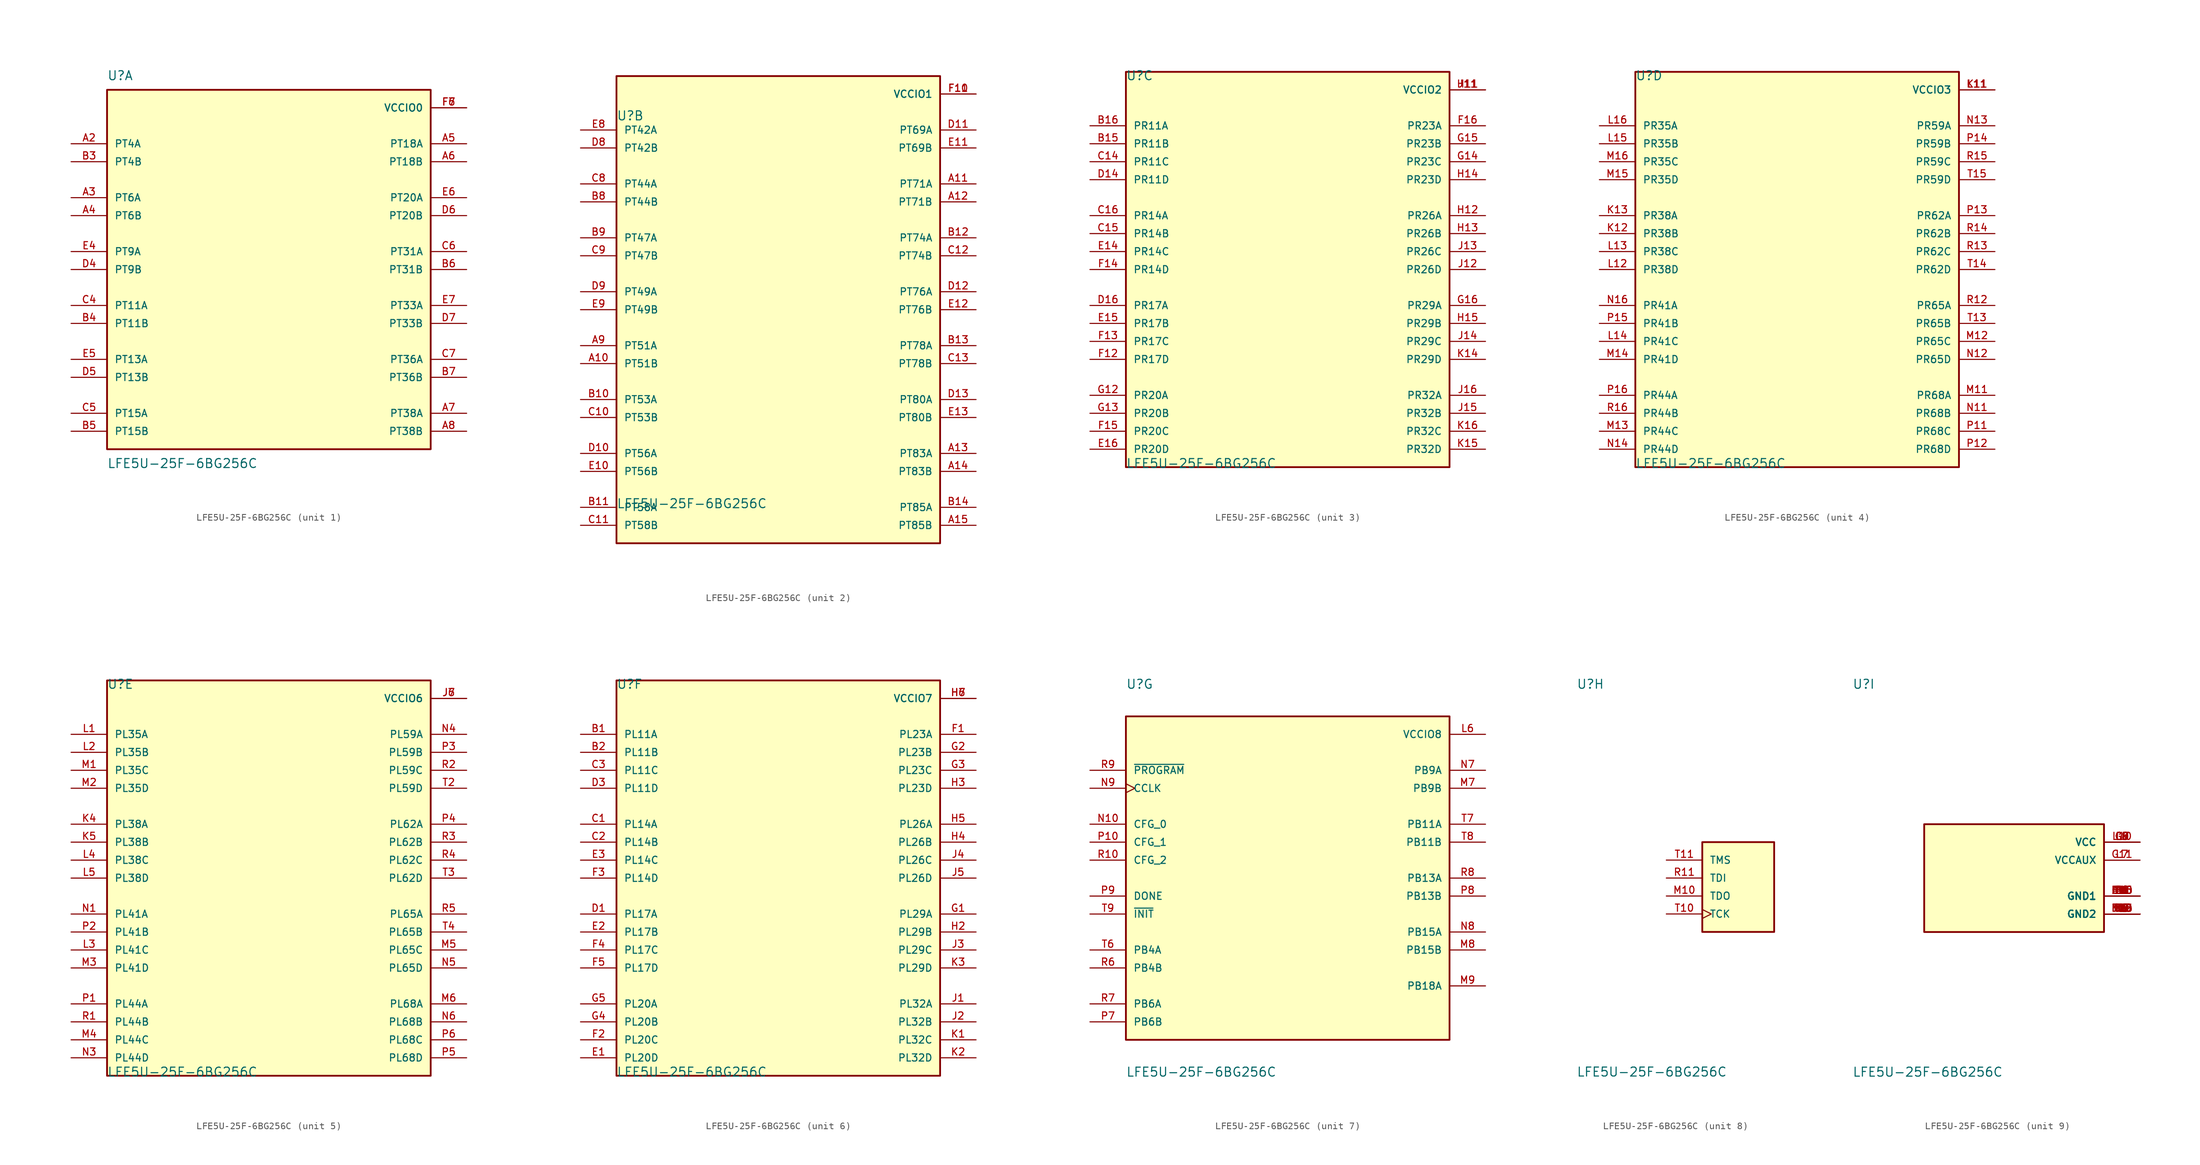
<source format=kicad_sym>
(kicad_symbol_lib
  (version 20211014)
  (generator kicad_symbol_editor)
  (symbol "LFE5U-25F-6BG256C"
    (pin_names
      (offset 1.016))
    (property "Reference" "U"
      (at -22.86 26.67 0)
      (effects (font (size 1.27 1.27)) (justify bottom left)))
    (property "Value" "LFE5U-25F-6BG256C"
      (at -22.86 -26.67 0)
      (effects (font (size 1.27 1.27)) (justify top left)))
    (symbol "LFE5U-25F-6BG256C_1_0"
      (rectangle (start -22.86 -25.4) (end 22.86 25.4) (stroke (width 0.254)) (fill (type background)))
      (pin power_in line (at 27.94 22.86 180.0) (length 5.08) (name "VCCIO0" (effects (font (size 1.016 1.016)))) (number "F6" (effects (font (size 1.016 1.016)))))
      (pin power_in line (at 27.94 22.86 180.0) (length 5.08) (name "VCCIO0" (effects (font (size 1.016 1.016)))) (number "F7" (effects (font (size 1.016 1.016)))))
      (pin bidirectional line (at -27.94 -5.08 0) (length 5.08) (name "PT11A" (effects (font (size 1.016 1.016)))) (number "C4" (effects (font (size 1.016 1.016)))))
      (pin bidirectional line (at -27.94 -7.62 0) (length 5.08) (name "PT11B" (effects (font (size 1.016 1.016)))) (number "B4" (effects (font (size 1.016 1.016)))))
      (pin bidirectional line (at -27.94 -12.7 0) (length 5.08) (name "PT13A" (effects (font (size 1.016 1.016)))) (number "E5" (effects (font (size 1.016 1.016)))))
      (pin bidirectional line (at -27.94 -15.24 0) (length 5.08) (name "PT13B" (effects (font (size 1.016 1.016)))) (number "D5" (effects (font (size 1.016 1.016)))))
      (pin bidirectional line (at -27.94 -20.32 0) (length 5.08) (name "PT15A" (effects (font (size 1.016 1.016)))) (number "C5" (effects (font (size 1.016 1.016)))))
      (pin bidirectional line (at -27.94 -22.86 0) (length 5.08) (name "PT15B" (effects (font (size 1.016 1.016)))) (number "B5" (effects (font (size 1.016 1.016)))))
      (pin bidirectional line (at 27.94 17.78 180.0) (length 5.08) (name "PT18A" (effects (font (size 1.016 1.016)))) (number "A5" (effects (font (size 1.016 1.016)))))
      (pin bidirectional line (at 27.94 15.24 180.0) (length 5.08) (name "PT18B" (effects (font (size 1.016 1.016)))) (number "A6" (effects (font (size 1.016 1.016)))))
      (pin bidirectional line (at 27.94 10.16 180.0) (length 5.08) (name "PT20A" (effects (font (size 1.016 1.016)))) (number "E6" (effects (font (size 1.016 1.016)))))
      (pin bidirectional line (at 27.94 7.62 180.0) (length 5.08) (name "PT20B" (effects (font (size 1.016 1.016)))) (number "D6" (effects (font (size 1.016 1.016)))))
      (pin bidirectional line (at 27.94 2.54 180.0) (length 5.08) (name "PT31A" (effects (font (size 1.016 1.016)))) (number "C6" (effects (font (size 1.016 1.016)))))
      (pin bidirectional line (at 27.94 0.0 180.0) (length 5.08) (name "PT31B" (effects (font (size 1.016 1.016)))) (number "B6" (effects (font (size 1.016 1.016)))))
      (pin bidirectional line (at 27.94 -5.08 180.0) (length 5.08) (name "PT33A" (effects (font (size 1.016 1.016)))) (number "E7" (effects (font (size 1.016 1.016)))))
      (pin bidirectional line (at 27.94 -7.62 180.0) (length 5.08) (name "PT33B" (effects (font (size 1.016 1.016)))) (number "D7" (effects (font (size 1.016 1.016)))))
      (pin bidirectional line (at 27.94 -12.7 180.0) (length 5.08) (name "PT36A" (effects (font (size 1.016 1.016)))) (number "C7" (effects (font (size 1.016 1.016)))))
      (pin bidirectional line (at 27.94 -15.24 180.0) (length 5.08) (name "PT36B" (effects (font (size 1.016 1.016)))) (number "B7" (effects (font (size 1.016 1.016)))))
      (pin bidirectional line (at 27.94 -20.32 180.0) (length 5.08) (name "PT38A" (effects (font (size 1.016 1.016)))) (number "A7" (effects (font (size 1.016 1.016)))))
      (pin bidirectional line (at 27.94 -22.86 180.0) (length 5.08) (name "PT38B" (effects (font (size 1.016 1.016)))) (number "A8" (effects (font (size 1.016 1.016)))))
      (pin bidirectional line (at -27.94 17.78 0) (length 5.08) (name "PT4A" (effects (font (size 1.016 1.016)))) (number "A2" (effects (font (size 1.016 1.016)))))
      (pin bidirectional line (at -27.94 15.24 0) (length 5.08) (name "PT4B" (effects (font (size 1.016 1.016)))) (number "B3" (effects (font (size 1.016 1.016)))))
      (pin bidirectional line (at -27.94 10.16 0) (length 5.08) (name "PT6A" (effects (font (size 1.016 1.016)))) (number "A3" (effects (font (size 1.016 1.016)))))
      (pin bidirectional line (at -27.94 7.62 0) (length 5.08) (name "PT6B" (effects (font (size 1.016 1.016)))) (number "A4" (effects (font (size 1.016 1.016)))))
      (pin bidirectional line (at -27.94 2.54 0) (length 5.08) (name "PT9A" (effects (font (size 1.016 1.016)))) (number "E4" (effects (font (size 1.016 1.016)))))
      (pin bidirectional line (at -27.94 0.0 0) (length 5.08) (name "PT9B" (effects (font (size 1.016 1.016)))) (number "D4" (effects (font (size 1.016 1.016))))))
    (symbol "LFE5U-25F-6BG256C_2_0"
      (rectangle (start -22.86 -33.02) (end 22.86 33.02) (stroke (width 0.254)) (fill (type background)))
      (pin power_in line (at 27.94 30.48 180.0) (length 5.08) (name "VCCIO1" (effects (font (size 1.016 1.016)))) (number "F10" (effects (font (size 1.016 1.016)))))
      (pin power_in line (at 27.94 30.48 180.0) (length 5.08) (name "VCCIO1" (effects (font (size 1.016 1.016)))) (number "F11" (effects (font (size 1.016 1.016)))))
      (pin bidirectional line (at -27.94 25.4 0) (length 5.08) (name "PT42A" (effects (font (size 1.016 1.016)))) (number "E8" (effects (font (size 1.016 1.016)))))
      (pin bidirectional line (at -27.94 22.86 0) (length 5.08) (name "PT42B" (effects (font (size 1.016 1.016)))) (number "D8" (effects (font (size 1.016 1.016)))))
      (pin bidirectional line (at -27.94 17.78 0) (length 5.08) (name "PT44A" (effects (font (size 1.016 1.016)))) (number "C8" (effects (font (size 1.016 1.016)))))
      (pin bidirectional line (at -27.94 15.24 0) (length 5.08) (name "PT44B" (effects (font (size 1.016 1.016)))) (number "B8" (effects (font (size 1.016 1.016)))))
      (pin bidirectional line (at -27.94 10.16 0) (length 5.08) (name "PT47A" (effects (font (size 1.016 1.016)))) (number "B9" (effects (font (size 1.016 1.016)))))
      (pin bidirectional line (at -27.94 7.62 0) (length 5.08) (name "PT47B" (effects (font (size 1.016 1.016)))) (number "C9" (effects (font (size 1.016 1.016)))))
      (pin bidirectional line (at -27.94 2.54 0) (length 5.08) (name "PT49A" (effects (font (size 1.016 1.016)))) (number "D9" (effects (font (size 1.016 1.016)))))
      (pin bidirectional line (at -27.94 0.0 0) (length 5.08) (name "PT49B" (effects (font (size 1.016 1.016)))) (number "E9" (effects (font (size 1.016 1.016)))))
      (pin bidirectional line (at -27.94 -5.08 0) (length 5.08) (name "PT51A" (effects (font (size 1.016 1.016)))) (number "A9" (effects (font (size 1.016 1.016)))))
      (pin bidirectional line (at -27.94 -7.62 0) (length 5.08) (name "PT51B" (effects (font (size 1.016 1.016)))) (number "A10" (effects (font (size 1.016 1.016)))))
      (pin bidirectional line (at -27.94 -12.7 0) (length 5.08) (name "PT53A" (effects (font (size 1.016 1.016)))) (number "B10" (effects (font (size 1.016 1.016)))))
      (pin bidirectional line (at -27.94 -15.24 0) (length 5.08) (name "PT53B" (effects (font (size 1.016 1.016)))) (number "C10" (effects (font (size 1.016 1.016)))))
      (pin bidirectional line (at -27.94 -20.32 0) (length 5.08) (name "PT56A" (effects (font (size 1.016 1.016)))) (number "D10" (effects (font (size 1.016 1.016)))))
      (pin bidirectional line (at -27.94 -22.86 0) (length 5.08) (name "PT56B" (effects (font (size 1.016 1.016)))) (number "E10" (effects (font (size 1.016 1.016)))))
      (pin bidirectional line (at -27.94 -27.94 0) (length 5.08) (name "PT58A" (effects (font (size 1.016 1.016)))) (number "B11" (effects (font (size 1.016 1.016)))))
      (pin bidirectional line (at -27.94 -30.48 0) (length 5.08) (name "PT58B" (effects (font (size 1.016 1.016)))) (number "C11" (effects (font (size 1.016 1.016)))))
      (pin bidirectional line (at 27.94 25.4 180.0) (length 5.08) (name "PT69A" (effects (font (size 1.016 1.016)))) (number "D11" (effects (font (size 1.016 1.016)))))
      (pin bidirectional line (at 27.94 22.86 180.0) (length 5.08) (name "PT69B" (effects (font (size 1.016 1.016)))) (number "E11" (effects (font (size 1.016 1.016)))))
      (pin bidirectional line (at 27.94 17.78 180.0) (length 5.08) (name "PT71A" (effects (font (size 1.016 1.016)))) (number "A11" (effects (font (size 1.016 1.016)))))
      (pin bidirectional line (at 27.94 15.24 180.0) (length 5.08) (name "PT71B" (effects (font (size 1.016 1.016)))) (number "A12" (effects (font (size 1.016 1.016)))))
      (pin bidirectional line (at 27.94 10.16 180.0) (length 5.08) (name "PT74A" (effects (font (size 1.016 1.016)))) (number "B12" (effects (font (size 1.016 1.016)))))
      (pin bidirectional line (at 27.94 7.62 180.0) (length 5.08) (name "PT74B" (effects (font (size 1.016 1.016)))) (number "C12" (effects (font (size 1.016 1.016)))))
      (pin bidirectional line (at 27.94 2.54 180.0) (length 5.08) (name "PT76A" (effects (font (size 1.016 1.016)))) (number "D12" (effects (font (size 1.016 1.016)))))
      (pin bidirectional line (at 27.94 0.0 180.0) (length 5.08) (name "PT76B" (effects (font (size 1.016 1.016)))) (number "E12" (effects (font (size 1.016 1.016)))))
      (pin bidirectional line (at 27.94 -5.08 180.0) (length 5.08) (name "PT78A" (effects (font (size 1.016 1.016)))) (number "B13" (effects (font (size 1.016 1.016)))))
      (pin bidirectional line (at 27.94 -7.62 180.0) (length 5.08) (name "PT78B" (effects (font (size 1.016 1.016)))) (number "C13" (effects (font (size 1.016 1.016)))))
      (pin bidirectional line (at 27.94 -12.7 180.0) (length 5.08) (name "PT80A" (effects (font (size 1.016 1.016)))) (number "D13" (effects (font (size 1.016 1.016)))))
      (pin bidirectional line (at 27.94 -15.24 180.0) (length 5.08) (name "PT80B" (effects (font (size 1.016 1.016)))) (number "E13" (effects (font (size 1.016 1.016)))))
      (pin bidirectional line (at 27.94 -20.32 180.0) (length 5.08) (name "PT83A" (effects (font (size 1.016 1.016)))) (number "A13" (effects (font (size 1.016 1.016)))))
      (pin bidirectional line (at 27.94 -22.86 180.0) (length 5.08) (name "PT83B" (effects (font (size 1.016 1.016)))) (number "A14" (effects (font (size 1.016 1.016)))))
      (pin bidirectional line (at 27.94 -27.94 180.0) (length 5.08) (name "PT85A" (effects (font (size 1.016 1.016)))) (number "B14" (effects (font (size 1.016 1.016)))))
      (pin bidirectional line (at 27.94 -30.48 180.0) (length 5.08) (name "PT85B" (effects (font (size 1.016 1.016)))) (number "A15" (effects (font (size 1.016 1.016))))))
    (symbol "LFE5U-25F-6BG256C_3_0"
      (rectangle (start -22.86 -27.94) (end 22.86 27.94) (stroke (width 0.254)) (fill (type background)))
      (pin power_in line (at 27.94 25.4 180.0) (length 5.08) (name "VCCIO2" (effects (font (size 1.016 1.016)))) (number "H11" (effects (font (size 1.016 1.016)))))
      (pin power_in line (at 27.94 25.4 180.0) (length 5.08) (name "VCCIO2" (effects (font (size 1.016 1.016)))) (number "J11" (effects (font (size 1.016 1.016)))))
      (pin bidirectional line (at -27.94 20.32 0) (length 5.08) (name "PR11A" (effects (font (size 1.016 1.016)))) (number "B16" (effects (font (size 1.016 1.016)))))
      (pin bidirectional line (at -27.94 17.78 0) (length 5.08) (name "PR11B" (effects (font (size 1.016 1.016)))) (number "B15" (effects (font (size 1.016 1.016)))))
      (pin bidirectional line (at -27.94 15.24 0) (length 5.08) (name "PR11C" (effects (font (size 1.016 1.016)))) (number "C14" (effects (font (size 1.016 1.016)))))
      (pin bidirectional line (at -27.94 12.7 0) (length 5.08) (name "PR11D" (effects (font (size 1.016 1.016)))) (number "D14" (effects (font (size 1.016 1.016)))))
      (pin bidirectional line (at -27.94 7.62 0) (length 5.08) (name "PR14A" (effects (font (size 1.016 1.016)))) (number "C16" (effects (font (size 1.016 1.016)))))
      (pin bidirectional line (at -27.94 5.08 0) (length 5.08) (name "PR14B" (effects (font (size 1.016 1.016)))) (number "C15" (effects (font (size 1.016 1.016)))))
      (pin bidirectional line (at -27.94 2.54 0) (length 5.08) (name "PR14C" (effects (font (size 1.016 1.016)))) (number "E14" (effects (font (size 1.016 1.016)))))
      (pin bidirectional line (at -27.94 0.0 0) (length 5.08) (name "PR14D" (effects (font (size 1.016 1.016)))) (number "F14" (effects (font (size 1.016 1.016)))))
      (pin bidirectional line (at -27.94 -5.08 0) (length 5.08) (name "PR17A" (effects (font (size 1.016 1.016)))) (number "D16" (effects (font (size 1.016 1.016)))))
      (pin bidirectional line (at -27.94 -7.62 0) (length 5.08) (name "PR17B" (effects (font (size 1.016 1.016)))) (number "E15" (effects (font (size 1.016 1.016)))))
      (pin bidirectional line (at -27.94 -10.16 0) (length 5.08) (name "PR17C" (effects (font (size 1.016 1.016)))) (number "F13" (effects (font (size 1.016 1.016)))))
      (pin bidirectional line (at -27.94 -12.7 0) (length 5.08) (name "PR17D" (effects (font (size 1.016 1.016)))) (number "F12" (effects (font (size 1.016 1.016)))))
      (pin bidirectional line (at -27.94 -17.78 0) (length 5.08) (name "PR20A" (effects (font (size 1.016 1.016)))) (number "G12" (effects (font (size 1.016 1.016)))))
      (pin bidirectional line (at -27.94 -20.32 0) (length 5.08) (name "PR20B" (effects (font (size 1.016 1.016)))) (number "G13" (effects (font (size 1.016 1.016)))))
      (pin bidirectional line (at -27.94 -22.86 0) (length 5.08) (name "PR20C" (effects (font (size 1.016 1.016)))) (number "F15" (effects (font (size 1.016 1.016)))))
      (pin bidirectional line (at -27.94 -25.4 0) (length 5.08) (name "PR20D" (effects (font (size 1.016 1.016)))) (number "E16" (effects (font (size 1.016 1.016)))))
      (pin bidirectional line (at 27.94 20.32 180.0) (length 5.08) (name "PR23A" (effects (font (size 1.016 1.016)))) (number "F16" (effects (font (size 1.016 1.016)))))
      (pin bidirectional line (at 27.94 17.78 180.0) (length 5.08) (name "PR23B" (effects (font (size 1.016 1.016)))) (number "G15" (effects (font (size 1.016 1.016)))))
      (pin bidirectional line (at 27.94 15.24 180.0) (length 5.08) (name "PR23C" (effects (font (size 1.016 1.016)))) (number "G14" (effects (font (size 1.016 1.016)))))
      (pin bidirectional line (at 27.94 12.7 180.0) (length 5.08) (name "PR23D" (effects (font (size 1.016 1.016)))) (number "H14" (effects (font (size 1.016 1.016)))))
      (pin bidirectional line (at 27.94 7.62 180.0) (length 5.08) (name "PR26A" (effects (font (size 1.016 1.016)))) (number "H12" (effects (font (size 1.016 1.016)))))
      (pin bidirectional line (at 27.94 5.08 180.0) (length 5.08) (name "PR26B" (effects (font (size 1.016 1.016)))) (number "H13" (effects (font (size 1.016 1.016)))))
      (pin bidirectional line (at 27.94 2.54 180.0) (length 5.08) (name "PR26C" (effects (font (size 1.016 1.016)))) (number "J13" (effects (font (size 1.016 1.016)))))
      (pin bidirectional line (at 27.94 0.0 180.0) (length 5.08) (name "PR26D" (effects (font (size 1.016 1.016)))) (number "J12" (effects (font (size 1.016 1.016)))))
      (pin bidirectional line (at 27.94 -5.08 180.0) (length 5.08) (name "PR29A" (effects (font (size 1.016 1.016)))) (number "G16" (effects (font (size 1.016 1.016)))))
      (pin bidirectional line (at 27.94 -7.62 180.0) (length 5.08) (name "PR29B" (effects (font (size 1.016 1.016)))) (number "H15" (effects (font (size 1.016 1.016)))))
      (pin bidirectional line (at 27.94 -10.16 180.0) (length 5.08) (name "PR29C" (effects (font (size 1.016 1.016)))) (number "J14" (effects (font (size 1.016 1.016)))))
      (pin bidirectional line (at 27.94 -12.7 180.0) (length 5.08) (name "PR29D" (effects (font (size 1.016 1.016)))) (number "K14" (effects (font (size 1.016 1.016)))))
      (pin bidirectional line (at 27.94 -17.78 180.0) (length 5.08) (name "PR32A" (effects (font (size 1.016 1.016)))) (number "J16" (effects (font (size 1.016 1.016)))))
      (pin bidirectional line (at 27.94 -20.32 180.0) (length 5.08) (name "PR32B" (effects (font (size 1.016 1.016)))) (number "J15" (effects (font (size 1.016 1.016)))))
      (pin bidirectional line (at 27.94 -22.86 180.0) (length 5.08) (name "PR32C" (effects (font (size 1.016 1.016)))) (number "K16" (effects (font (size 1.016 1.016)))))
      (pin bidirectional line (at 27.94 -25.4 180.0) (length 5.08) (name "PR32D" (effects (font (size 1.016 1.016)))) (number "K15" (effects (font (size 1.016 1.016))))))
    (symbol "LFE5U-25F-6BG256C_4_0"
      (rectangle (start -22.86 -27.94) (end 22.86 27.94) (stroke (width 0.254)) (fill (type background)))
      (pin power_in line (at 27.94 25.4 180.0) (length 5.08) (name "VCCIO3" (effects (font (size 1.016 1.016)))) (number "K11" (effects (font (size 1.016 1.016)))))
      (pin power_in line (at 27.94 25.4 180.0) (length 5.08) (name "VCCIO3" (effects (font (size 1.016 1.016)))) (number "L11" (effects (font (size 1.016 1.016)))))
      (pin bidirectional line (at -27.94 20.32 0) (length 5.08) (name "PR35A" (effects (font (size 1.016 1.016)))) (number "L16" (effects (font (size 1.016 1.016)))))
      (pin bidirectional line (at -27.94 17.78 0) (length 5.08) (name "PR35B" (effects (font (size 1.016 1.016)))) (number "L15" (effects (font (size 1.016 1.016)))))
      (pin bidirectional line (at -27.94 15.24 0) (length 5.08) (name "PR35C" (effects (font (size 1.016 1.016)))) (number "M16" (effects (font (size 1.016 1.016)))))
      (pin bidirectional line (at -27.94 12.7 0) (length 5.08) (name "PR35D" (effects (font (size 1.016 1.016)))) (number "M15" (effects (font (size 1.016 1.016)))))
      (pin bidirectional line (at -27.94 7.62 0) (length 5.08) (name "PR38A" (effects (font (size 1.016 1.016)))) (number "K13" (effects (font (size 1.016 1.016)))))
      (pin bidirectional line (at -27.94 5.08 0) (length 5.08) (name "PR38B" (effects (font (size 1.016 1.016)))) (number "K12" (effects (font (size 1.016 1.016)))))
      (pin bidirectional line (at -27.94 2.54 0) (length 5.08) (name "PR38C" (effects (font (size 1.016 1.016)))) (number "L13" (effects (font (size 1.016 1.016)))))
      (pin bidirectional line (at -27.94 0.0 0) (length 5.08) (name "PR38D" (effects (font (size 1.016 1.016)))) (number "L12" (effects (font (size 1.016 1.016)))))
      (pin bidirectional line (at -27.94 -5.08 0) (length 5.08) (name "PR41A" (effects (font (size 1.016 1.016)))) (number "N16" (effects (font (size 1.016 1.016)))))
      (pin bidirectional line (at -27.94 -7.62 0) (length 5.08) (name "PR41B" (effects (font (size 1.016 1.016)))) (number "P15" (effects (font (size 1.016 1.016)))))
      (pin bidirectional line (at -27.94 -10.16 0) (length 5.08) (name "PR41C" (effects (font (size 1.016 1.016)))) (number "L14" (effects (font (size 1.016 1.016)))))
      (pin bidirectional line (at -27.94 -12.7 0) (length 5.08) (name "PR41D" (effects (font (size 1.016 1.016)))) (number "M14" (effects (font (size 1.016 1.016)))))
      (pin bidirectional line (at -27.94 -17.78 0) (length 5.08) (name "PR44A" (effects (font (size 1.016 1.016)))) (number "P16" (effects (font (size 1.016 1.016)))))
      (pin bidirectional line (at -27.94 -20.32 0) (length 5.08) (name "PR44B" (effects (font (size 1.016 1.016)))) (number "R16" (effects (font (size 1.016 1.016)))))
      (pin bidirectional line (at -27.94 -22.86 0) (length 5.08) (name "PR44C" (effects (font (size 1.016 1.016)))) (number "M13" (effects (font (size 1.016 1.016)))))
      (pin bidirectional line (at -27.94 -25.4 0) (length 5.08) (name "PR44D" (effects (font (size 1.016 1.016)))) (number "N14" (effects (font (size 1.016 1.016)))))
      (pin bidirectional line (at 27.94 20.32 180.0) (length 5.08) (name "PR59A" (effects (font (size 1.016 1.016)))) (number "N13" (effects (font (size 1.016 1.016)))))
      (pin bidirectional line (at 27.94 17.78 180.0) (length 5.08) (name "PR59B" (effects (font (size 1.016 1.016)))) (number "P14" (effects (font (size 1.016 1.016)))))
      (pin bidirectional line (at 27.94 15.24 180.0) (length 5.08) (name "PR59C" (effects (font (size 1.016 1.016)))) (number "R15" (effects (font (size 1.016 1.016)))))
      (pin bidirectional line (at 27.94 12.7 180.0) (length 5.08) (name "PR59D" (effects (font (size 1.016 1.016)))) (number "T15" (effects (font (size 1.016 1.016)))))
      (pin bidirectional line (at 27.94 7.62 180.0) (length 5.08) (name "PR62A" (effects (font (size 1.016 1.016)))) (number "P13" (effects (font (size 1.016 1.016)))))
      (pin bidirectional line (at 27.94 5.08 180.0) (length 5.08) (name "PR62B" (effects (font (size 1.016 1.016)))) (number "R14" (effects (font (size 1.016 1.016)))))
      (pin bidirectional line (at 27.94 2.54 180.0) (length 5.08) (name "PR62C" (effects (font (size 1.016 1.016)))) (number "R13" (effects (font (size 1.016 1.016)))))
      (pin bidirectional line (at 27.94 0.0 180.0) (length 5.08) (name "PR62D" (effects (font (size 1.016 1.016)))) (number "T14" (effects (font (size 1.016 1.016)))))
      (pin bidirectional line (at 27.94 -5.08 180.0) (length 5.08) (name "PR65A" (effects (font (size 1.016 1.016)))) (number "R12" (effects (font (size 1.016 1.016)))))
      (pin bidirectional line (at 27.94 -7.62 180.0) (length 5.08) (name "PR65B" (effects (font (size 1.016 1.016)))) (number "T13" (effects (font (size 1.016 1.016)))))
      (pin bidirectional line (at 27.94 -10.16 180.0) (length 5.08) (name "PR65C" (effects (font (size 1.016 1.016)))) (number "M12" (effects (font (size 1.016 1.016)))))
      (pin bidirectional line (at 27.94 -12.7 180.0) (length 5.08) (name "PR65D" (effects (font (size 1.016 1.016)))) (number "N12" (effects (font (size 1.016 1.016)))))
      (pin bidirectional line (at 27.94 -17.78 180.0) (length 5.08) (name "PR68A" (effects (font (size 1.016 1.016)))) (number "M11" (effects (font (size 1.016 1.016)))))
      (pin bidirectional line (at 27.94 -20.32 180.0) (length 5.08) (name "PR68B" (effects (font (size 1.016 1.016)))) (number "N11" (effects (font (size 1.016 1.016)))))
      (pin bidirectional line (at 27.94 -22.86 180.0) (length 5.08) (name "PR68C" (effects (font (size 1.016 1.016)))) (number "P11" (effects (font (size 1.016 1.016)))))
      (pin bidirectional line (at 27.94 -25.4 180.0) (length 5.08) (name "PR68D" (effects (font (size 1.016 1.016)))) (number "P12" (effects (font (size 1.016 1.016))))))
    (symbol "LFE5U-25F-6BG256C_5_0"
      (rectangle (start -22.86 -27.94) (end 22.86 27.94) (stroke (width 0.254)) (fill (type background)))
      (pin power_in line (at 27.94 25.4 180.0) (length 5.08) (name "VCCIO6" (effects (font (size 1.016 1.016)))) (number "J6" (effects (font (size 1.016 1.016)))))
      (pin power_in line (at 27.94 25.4 180.0) (length 5.08) (name "VCCIO6" (effects (font (size 1.016 1.016)))) (number "J7" (effects (font (size 1.016 1.016)))))
      (pin bidirectional line (at -27.94 20.32 0) (length 5.08) (name "PL35A" (effects (font (size 1.016 1.016)))) (number "L1" (effects (font (size 1.016 1.016)))))
      (pin bidirectional line (at -27.94 17.78 0) (length 5.08) (name "PL35B" (effects (font (size 1.016 1.016)))) (number "L2" (effects (font (size 1.016 1.016)))))
      (pin bidirectional line (at -27.94 15.24 0) (length 5.08) (name "PL35C" (effects (font (size 1.016 1.016)))) (number "M1" (effects (font (size 1.016 1.016)))))
      (pin bidirectional line (at -27.94 12.7 0) (length 5.08) (name "PL35D" (effects (font (size 1.016 1.016)))) (number "M2" (effects (font (size 1.016 1.016)))))
      (pin bidirectional line (at -27.94 7.62 0) (length 5.08) (name "PL38A" (effects (font (size 1.016 1.016)))) (number "K4" (effects (font (size 1.016 1.016)))))
      (pin bidirectional line (at -27.94 5.08 0) (length 5.08) (name "PL38B" (effects (font (size 1.016 1.016)))) (number "K5" (effects (font (size 1.016 1.016)))))
      (pin bidirectional line (at -27.94 2.54 0) (length 5.08) (name "PL38C" (effects (font (size 1.016 1.016)))) (number "L4" (effects (font (size 1.016 1.016)))))
      (pin bidirectional line (at -27.94 0.0 0) (length 5.08) (name "PL38D" (effects (font (size 1.016 1.016)))) (number "L5" (effects (font (size 1.016 1.016)))))
      (pin bidirectional line (at -27.94 -5.08 0) (length 5.08) (name "PL41A" (effects (font (size 1.016 1.016)))) (number "N1" (effects (font (size 1.016 1.016)))))
      (pin bidirectional line (at -27.94 -7.62 0) (length 5.08) (name "PL41B" (effects (font (size 1.016 1.016)))) (number "P2" (effects (font (size 1.016 1.016)))))
      (pin bidirectional line (at -27.94 -10.16 0) (length 5.08) (name "PL41C" (effects (font (size 1.016 1.016)))) (number "L3" (effects (font (size 1.016 1.016)))))
      (pin bidirectional line (at -27.94 -12.7 0) (length 5.08) (name "PL41D" (effects (font (size 1.016 1.016)))) (number "M3" (effects (font (size 1.016 1.016)))))
      (pin bidirectional line (at -27.94 -17.78 0) (length 5.08) (name "PL44A" (effects (font (size 1.016 1.016)))) (number "P1" (effects (font (size 1.016 1.016)))))
      (pin bidirectional line (at -27.94 -20.32 0) (length 5.08) (name "PL44B" (effects (font (size 1.016 1.016)))) (number "R1" (effects (font (size 1.016 1.016)))))
      (pin bidirectional line (at -27.94 -22.86 0) (length 5.08) (name "PL44C" (effects (font (size 1.016 1.016)))) (number "M4" (effects (font (size 1.016 1.016)))))
      (pin bidirectional line (at -27.94 -25.4 0) (length 5.08) (name "PL44D" (effects (font (size 1.016 1.016)))) (number "N3" (effects (font (size 1.016 1.016)))))
      (pin bidirectional line (at 27.94 20.32 180.0) (length 5.08) (name "PL59A" (effects (font (size 1.016 1.016)))) (number "N4" (effects (font (size 1.016 1.016)))))
      (pin bidirectional line (at 27.94 17.78 180.0) (length 5.08) (name "PL59B" (effects (font (size 1.016 1.016)))) (number "P3" (effects (font (size 1.016 1.016)))))
      (pin bidirectional line (at 27.94 15.24 180.0) (length 5.08) (name "PL59C" (effects (font (size 1.016 1.016)))) (number "R2" (effects (font (size 1.016 1.016)))))
      (pin bidirectional line (at 27.94 12.7 180.0) (length 5.08) (name "PL59D" (effects (font (size 1.016 1.016)))) (number "T2" (effects (font (size 1.016 1.016)))))
      (pin bidirectional line (at 27.94 7.62 180.0) (length 5.08) (name "PL62A" (effects (font (size 1.016 1.016)))) (number "P4" (effects (font (size 1.016 1.016)))))
      (pin bidirectional line (at 27.94 5.08 180.0) (length 5.08) (name "PL62B" (effects (font (size 1.016 1.016)))) (number "R3" (effects (font (size 1.016 1.016)))))
      (pin bidirectional line (at 27.94 2.54 180.0) (length 5.08) (name "PL62C" (effects (font (size 1.016 1.016)))) (number "R4" (effects (font (size 1.016 1.016)))))
      (pin bidirectional line (at 27.94 0.0 180.0) (length 5.08) (name "PL62D" (effects (font (size 1.016 1.016)))) (number "T3" (effects (font (size 1.016 1.016)))))
      (pin bidirectional line (at 27.94 -5.08 180.0) (length 5.08) (name "PL65A" (effects (font (size 1.016 1.016)))) (number "R5" (effects (font (size 1.016 1.016)))))
      (pin bidirectional line (at 27.94 -7.62 180.0) (length 5.08) (name "PL65B" (effects (font (size 1.016 1.016)))) (number "T4" (effects (font (size 1.016 1.016)))))
      (pin bidirectional line (at 27.94 -10.16 180.0) (length 5.08) (name "PL65C" (effects (font (size 1.016 1.016)))) (number "M5" (effects (font (size 1.016 1.016)))))
      (pin bidirectional line (at 27.94 -12.7 180.0) (length 5.08) (name "PL65D" (effects (font (size 1.016 1.016)))) (number "N5" (effects (font (size 1.016 1.016)))))
      (pin bidirectional line (at 27.94 -17.78 180.0) (length 5.08) (name "PL68A" (effects (font (size 1.016 1.016)))) (number "M6" (effects (font (size 1.016 1.016)))))
      (pin bidirectional line (at 27.94 -20.32 180.0) (length 5.08) (name "PL68B" (effects (font (size 1.016 1.016)))) (number "N6" (effects (font (size 1.016 1.016)))))
      (pin bidirectional line (at 27.94 -22.86 180.0) (length 5.08) (name "PL68C" (effects (font (size 1.016 1.016)))) (number "P6" (effects (font (size 1.016 1.016)))))
      (pin bidirectional line (at 27.94 -25.4 180.0) (length 5.08) (name "PL68D" (effects (font (size 1.016 1.016)))) (number "P5" (effects (font (size 1.016 1.016))))))
    (symbol "LFE5U-25F-6BG256C_6_0"
      (rectangle (start -22.86 -27.94) (end 22.86 27.94) (stroke (width 0.254)) (fill (type background)))
      (pin power_in line (at 27.94 25.4 180.0) (length 5.08) (name "VCCIO7" (effects (font (size 1.016 1.016)))) (number "H6" (effects (font (size 1.016 1.016)))))
      (pin power_in line (at 27.94 25.4 180.0) (length 5.08) (name "VCCIO7" (effects (font (size 1.016 1.016)))) (number "H7" (effects (font (size 1.016 1.016)))))
      (pin bidirectional line (at -27.94 20.32 0) (length 5.08) (name "PL11A" (effects (font (size 1.016 1.016)))) (number "B1" (effects (font (size 1.016 1.016)))))
      (pin bidirectional line (at -27.94 17.78 0) (length 5.08) (name "PL11B" (effects (font (size 1.016 1.016)))) (number "B2" (effects (font (size 1.016 1.016)))))
      (pin bidirectional line (at -27.94 15.24 0) (length 5.08) (name "PL11C" (effects (font (size 1.016 1.016)))) (number "C3" (effects (font (size 1.016 1.016)))))
      (pin bidirectional line (at -27.94 12.7 0) (length 5.08) (name "PL11D" (effects (font (size 1.016 1.016)))) (number "D3" (effects (font (size 1.016 1.016)))))
      (pin bidirectional line (at -27.94 7.62 0) (length 5.08) (name "PL14A" (effects (font (size 1.016 1.016)))) (number "C1" (effects (font (size 1.016 1.016)))))
      (pin bidirectional line (at -27.94 5.08 0) (length 5.08) (name "PL14B" (effects (font (size 1.016 1.016)))) (number "C2" (effects (font (size 1.016 1.016)))))
      (pin bidirectional line (at -27.94 2.54 0) (length 5.08) (name "PL14C" (effects (font (size 1.016 1.016)))) (number "E3" (effects (font (size 1.016 1.016)))))
      (pin bidirectional line (at -27.94 0.0 0) (length 5.08) (name "PL14D" (effects (font (size 1.016 1.016)))) (number "F3" (effects (font (size 1.016 1.016)))))
      (pin bidirectional line (at -27.94 -5.08 0) (length 5.08) (name "PL17A" (effects (font (size 1.016 1.016)))) (number "D1" (effects (font (size 1.016 1.016)))))
      (pin bidirectional line (at -27.94 -7.62 0) (length 5.08) (name "PL17B" (effects (font (size 1.016 1.016)))) (number "E2" (effects (font (size 1.016 1.016)))))
      (pin bidirectional line (at -27.94 -10.16 0) (length 5.08) (name "PL17C" (effects (font (size 1.016 1.016)))) (number "F4" (effects (font (size 1.016 1.016)))))
      (pin bidirectional line (at -27.94 -12.7 0) (length 5.08) (name "PL17D" (effects (font (size 1.016 1.016)))) (number "F5" (effects (font (size 1.016 1.016)))))
      (pin bidirectional line (at -27.94 -17.78 0) (length 5.08) (name "PL20A" (effects (font (size 1.016 1.016)))) (number "G5" (effects (font (size 1.016 1.016)))))
      (pin bidirectional line (at -27.94 -20.32 0) (length 5.08) (name "PL20B" (effects (font (size 1.016 1.016)))) (number "G4" (effects (font (size 1.016 1.016)))))
      (pin bidirectional line (at -27.94 -22.86 0) (length 5.08) (name "PL20C" (effects (font (size 1.016 1.016)))) (number "F2" (effects (font (size 1.016 1.016)))))
      (pin bidirectional line (at -27.94 -25.4 0) (length 5.08) (name "PL20D" (effects (font (size 1.016 1.016)))) (number "E1" (effects (font (size 1.016 1.016)))))
      (pin bidirectional line (at 27.94 20.32 180.0) (length 5.08) (name "PL23A" (effects (font (size 1.016 1.016)))) (number "F1" (effects (font (size 1.016 1.016)))))
      (pin bidirectional line (at 27.94 17.78 180.0) (length 5.08) (name "PL23B" (effects (font (size 1.016 1.016)))) (number "G2" (effects (font (size 1.016 1.016)))))
      (pin bidirectional line (at 27.94 15.24 180.0) (length 5.08) (name "PL23C" (effects (font (size 1.016 1.016)))) (number "G3" (effects (font (size 1.016 1.016)))))
      (pin bidirectional line (at 27.94 12.7 180.0) (length 5.08) (name "PL23D" (effects (font (size 1.016 1.016)))) (number "H3" (effects (font (size 1.016 1.016)))))
      (pin bidirectional line (at 27.94 7.62 180.0) (length 5.08) (name "PL26A" (effects (font (size 1.016 1.016)))) (number "H5" (effects (font (size 1.016 1.016)))))
      (pin bidirectional line (at 27.94 5.08 180.0) (length 5.08) (name "PL26B" (effects (font (size 1.016 1.016)))) (number "H4" (effects (font (size 1.016 1.016)))))
      (pin bidirectional line (at 27.94 2.54 180.0) (length 5.08) (name "PL26C" (effects (font (size 1.016 1.016)))) (number "J4" (effects (font (size 1.016 1.016)))))
      (pin bidirectional line (at 27.94 0.0 180.0) (length 5.08) (name "PL26D" (effects (font (size 1.016 1.016)))) (number "J5" (effects (font (size 1.016 1.016)))))
      (pin bidirectional line (at 27.94 -5.08 180.0) (length 5.08) (name "PL29A" (effects (font (size 1.016 1.016)))) (number "G1" (effects (font (size 1.016 1.016)))))
      (pin bidirectional line (at 27.94 -7.62 180.0) (length 5.08) (name "PL29B" (effects (font (size 1.016 1.016)))) (number "H2" (effects (font (size 1.016 1.016)))))
      (pin bidirectional line (at 27.94 -10.16 180.0) (length 5.08) (name "PL29C" (effects (font (size 1.016 1.016)))) (number "J3" (effects (font (size 1.016 1.016)))))
      (pin bidirectional line (at 27.94 -12.7 180.0) (length 5.08) (name "PL29D" (effects (font (size 1.016 1.016)))) (number "K3" (effects (font (size 1.016 1.016)))))
      (pin bidirectional line (at 27.94 -17.78 180.0) (length 5.08) (name "PL32A" (effects (font (size 1.016 1.016)))) (number "J1" (effects (font (size 1.016 1.016)))))
      (pin bidirectional line (at 27.94 -20.32 180.0) (length 5.08) (name "PL32B" (effects (font (size 1.016 1.016)))) (number "J2" (effects (font (size 1.016 1.016)))))
      (pin bidirectional line (at 27.94 -22.86 180.0) (length 5.08) (name "PL32C" (effects (font (size 1.016 1.016)))) (number "K1" (effects (font (size 1.016 1.016)))))
      (pin bidirectional line (at 27.94 -25.4 180.0) (length 5.08) (name "PL32D" (effects (font (size 1.016 1.016)))) (number "K2" (effects (font (size 1.016 1.016))))))
    (symbol "LFE5U-25F-6BG256C_7_0"
      (rectangle (start -22.86 -22.86) (end 22.86 22.86) (stroke (width 0.254)) (fill (type background)))
      (pin power_in line (at 27.94 20.32 180.0) (length 5.08) (name "VCCIO8" (effects (font (size 1.016 1.016)))) (number "L6" (effects (font (size 1.016 1.016)))))
      (pin input clock (at -27.94 12.7 0) (length 5.08) (name "CCLK" (effects (font (size 1.016 1.016)))) (number "N9" (effects (font (size 1.016 1.016)))))
      (pin input line (at -27.94 7.62 0) (length 5.08) (name "CFG_0" (effects (font (size 1.016 1.016)))) (number "N10" (effects (font (size 1.016 1.016)))))
      (pin input line (at -27.94 5.08 0) (length 5.08) (name "CFG_1" (effects (font (size 1.016 1.016)))) (number "P10" (effects (font (size 1.016 1.016)))))
      (pin input line (at -27.94 2.54 0) (length 5.08) (name "CFG_2" (effects (font (size 1.016 1.016)))) (number "R10" (effects (font (size 1.016 1.016)))))
      (pin input line (at -27.94 15.24 0) (length 5.08) (name "~{PROGRAM}" (effects (font (size 1.016 1.016)))) (number "R9" (effects (font (size 1.016 1.016)))))
      (pin bidirectional line (at -27.94 -2.54 0) (length 5.08) (name "DONE" (effects (font (size 1.016 1.016)))) (number "P9" (effects (font (size 1.016 1.016)))))
      (pin bidirectional line (at -27.94 -5.08 0) (length 5.08) (name "~{INIT}" (effects (font (size 1.016 1.016)))) (number "T9" (effects (font (size 1.016 1.016)))))
      (pin bidirectional line (at 27.94 7.62 180.0) (length 5.08) (name "PB11A" (effects (font (size 1.016 1.016)))) (number "T7" (effects (font (size 1.016 1.016)))))
      (pin bidirectional line (at 27.94 5.08 180.0) (length 5.08) (name "PB11B" (effects (font (size 1.016 1.016)))) (number "T8" (effects (font (size 1.016 1.016)))))
      (pin bidirectional line (at 27.94 0.0 180.0) (length 5.08) (name "PB13A" (effects (font (size 1.016 1.016)))) (number "R8" (effects (font (size 1.016 1.016)))))
      (pin bidirectional line (at 27.94 -2.54 180.0) (length 5.08) (name "PB13B" (effects (font (size 1.016 1.016)))) (number "P8" (effects (font (size 1.016 1.016)))))
      (pin bidirectional line (at 27.94 -7.62 180.0) (length 5.08) (name "PB15A" (effects (font (size 1.016 1.016)))) (number "N8" (effects (font (size 1.016 1.016)))))
      (pin bidirectional line (at 27.94 -10.16 180.0) (length 5.08) (name "PB15B" (effects (font (size 1.016 1.016)))) (number "M8" (effects (font (size 1.016 1.016)))))
      (pin bidirectional line (at 27.94 -15.24 180.0) (length 5.08) (name "PB18A" (effects (font (size 1.016 1.016)))) (number "M9" (effects (font (size 1.016 1.016)))))
      (pin bidirectional line (at -27.94 -10.16 0) (length 5.08) (name "PB4A" (effects (font (size 1.016 1.016)))) (number "T6" (effects (font (size 1.016 1.016)))))
      (pin bidirectional line (at -27.94 -12.7 0) (length 5.08) (name "PB4B" (effects (font (size 1.016 1.016)))) (number "R6" (effects (font (size 1.016 1.016)))))
      (pin bidirectional line (at -27.94 -17.78 0) (length 5.08) (name "PB6A" (effects (font (size 1.016 1.016)))) (number "R7" (effects (font (size 1.016 1.016)))))
      (pin bidirectional line (at -27.94 -20.32 0) (length 5.08) (name "PB6B" (effects (font (size 1.016 1.016)))) (number "P7" (effects (font (size 1.016 1.016)))))
      (pin bidirectional line (at 27.94 15.24 180.0) (length 5.08) (name "PB9A" (effects (font (size 1.016 1.016)))) (number "N7" (effects (font (size 1.016 1.016)))))
      (pin bidirectional line (at 27.94 12.7 180.0) (length 5.08) (name "PB9B" (effects (font (size 1.016 1.016)))) (number "M7" (effects (font (size 1.016 1.016))))))
    (symbol "LFE5U-25F-6BG256C_8_0"
      (rectangle (start -5.08 -7.62) (end 5.08 5.08) (stroke (width 0.254)) (fill (type background)))
      (pin input line (at -10.16 0.0 0) (length 5.08) (name "TDI" (effects (font (size 1.016 1.016)))) (number "R11" (effects (font (size 1.016 1.016)))))
      (pin input line (at -10.16 2.54 0) (length 5.08) (name "TMS" (effects (font (size 1.016 1.016)))) (number "T11" (effects (font (size 1.016 1.016)))))
      (pin bidirectional clock (at -10.16 -5.08 0) (length 5.08) (name "TCK" (effects (font (size 1.016 1.016)))) (number "T10" (effects (font (size 1.016 1.016)))))
      (pin output line (at -10.16 -2.54 0) (length 5.08) (name "TDO" (effects (font (size 1.016 1.016)))) (number "M10" (effects (font (size 1.016 1.016))))))
    (symbol "LFE5U-25F-6BG256C_9_0"
      (rectangle (start -12.7 -7.62) (end 12.7 7.62) (stroke (width 0.254)) (fill (type background)))
      (pin power_in line (at 17.78 5.08 180.0) (length 5.08) (name "VCC" (effects (font (size 1.016 1.016)))) (number "G6" (effects (font (size 1.016 1.016)))))
      (pin power_in line (at 17.78 5.08 180.0) (length 5.08) (name "VCC" (effects (font (size 1.016 1.016)))) (number "G7" (effects (font (size 1.016 1.016)))))
      (pin power_in line (at 17.78 5.08 180.0) (length 5.08) (name "VCC" (effects (font (size 1.016 1.016)))) (number "G9" (effects (font (size 1.016 1.016)))))
      (pin power_in line (at 17.78 5.08 180.0) (length 5.08) (name "VCC" (effects (font (size 1.016 1.016)))) (number "L8" (effects (font (size 1.016 1.016)))))
      (pin power_in line (at 17.78 5.08 180.0) (length 5.08) (name "VCC" (effects (font (size 1.016 1.016)))) (number "L9" (effects (font (size 1.016 1.016)))))
      (pin power_in line (at 17.78 5.08 180.0) (length 5.08) (name "VCC" (effects (font (size 1.016 1.016)))) (number "L10" (effects (font (size 1.016 1.016)))))
      (pin power_in line (at 17.78 2.54 180.0) (length 5.08) (name "VCCAUX" (effects (font (size 1.016 1.016)))) (number "G11" (effects (font (size 1.016 1.016)))))
      (pin power_in line (at 17.78 2.54 180.0) (length 5.08) (name "VCCAUX" (effects (font (size 1.016 1.016)))) (number "L7" (effects (font (size 1.016 1.016)))))
      (pin power_in line (at 17.78 -2.54 180.0) (length 5.08) (name "GND1" (effects (font (size 1.016 1.016)))) (number "A1" (effects (font (size 1.016 1.016)))))
      (pin power_in line (at 17.78 -2.54 180.0) (length 5.08) (name "GND1" (effects (font (size 1.016 1.016)))) (number "A16" (effects (font (size 1.016 1.016)))))
      (pin power_in line (at 17.78 -2.54 180.0) (length 5.08) (name "GND1" (effects (font (size 1.016 1.016)))) (number "D2" (effects (font (size 1.016 1.016)))))
      (pin power_in line (at 17.78 -2.54 180.0) (length 5.08) (name "GND1" (effects (font (size 1.016 1.016)))) (number "D15" (effects (font (size 1.016 1.016)))))
      (pin power_in line (at 17.78 -2.54 180.0) (length 5.08) (name "GND1" (effects (font (size 1.016 1.016)))) (number "F8" (effects (font (size 1.016 1.016)))))
      (pin power_in line (at 17.78 -2.54 180.0) (length 5.08) (name "GND1" (effects (font (size 1.016 1.016)))) (number "F9" (effects (font (size 1.016 1.016)))))
      (pin power_in line (at 17.78 -2.54 180.0) (length 5.08) (name "GND1" (effects (font (size 1.016 1.016)))) (number "G8" (effects (font (size 1.016 1.016)))))
      (pin power_in line (at 17.78 -2.54 180.0) (length 5.08) (name "GND1" (effects (font (size 1.016 1.016)))) (number "G10" (effects (font (size 1.016 1.016)))))
      (pin power_in line (at 17.78 -2.54 180.0) (length 5.08) (name "GND1" (effects (font (size 1.016 1.016)))) (number "H1" (effects (font (size 1.016 1.016)))))
      (pin power_in line (at 17.78 -2.54 180.0) (length 5.08) (name "GND1" (effects (font (size 1.016 1.016)))) (number "H8" (effects (font (size 1.016 1.016)))))
      (pin power_in line (at 17.78 -2.54 180.0) (length 5.08) (name "GND1" (effects (font (size 1.016 1.016)))) (number "H9" (effects (font (size 1.016 1.016)))))
      (pin power_in line (at 17.78 -2.54 180.0) (length 5.08) (name "GND1" (effects (font (size 1.016 1.016)))) (number "H10" (effects (font (size 1.016 1.016)))))
      (pin power_in line (at 17.78 -2.54 180.0) (length 5.08) (name "GND1" (effects (font (size 1.016 1.016)))) (number "H16" (effects (font (size 1.016 1.016)))))
      (pin power_in line (at 17.78 -5.08 180.0) (length 5.08) (name "GND2" (effects (font (size 1.016 1.016)))) (number "J8" (effects (font (size 1.016 1.016)))))
      (pin power_in line (at 17.78 -5.08 180.0) (length 5.08) (name "GND2" (effects (font (size 1.016 1.016)))) (number "J9" (effects (font (size 1.016 1.016)))))
      (pin power_in line (at 17.78 -5.08 180.0) (length 5.08) (name "GND2" (effects (font (size 1.016 1.016)))) (number "J10" (effects (font (size 1.016 1.016)))))
      (pin power_in line (at 17.78 -5.08 180.0) (length 5.08) (name "GND2" (effects (font (size 1.016 1.016)))) (number "K6" (effects (font (size 1.016 1.016)))))
      (pin power_in line (at 17.78 -5.08 180.0) (length 5.08) (name "GND2" (effects (font (size 1.016 1.016)))) (number "K7" (effects (font (size 1.016 1.016)))))
      (pin power_in line (at 17.78 -5.08 180.0) (length 5.08) (name "GND2" (effects (font (size 1.016 1.016)))) (number "K8" (effects (font (size 1.016 1.016)))))
      (pin power_in line (at 17.78 -5.08 180.0) (length 5.08) (name "GND2" (effects (font (size 1.016 1.016)))) (number "K9" (effects (font (size 1.016 1.016)))))
      (pin power_in line (at 17.78 -5.08 180.0) (length 5.08) (name "GND2" (effects (font (size 1.016 1.016)))) (number "K10" (effects (font (size 1.016 1.016)))))
      (pin power_in line (at 17.78 -5.08 180.0) (length 5.08) (name "GND2" (effects (font (size 1.016 1.016)))) (number "N2" (effects (font (size 1.016 1.016)))))
      (pin power_in line (at 17.78 -5.08 180.0) (length 5.08) (name "GND2" (effects (font (size 1.016 1.016)))) (number "N15" (effects (font (size 1.016 1.016)))))
      (pin power_in line (at 17.78 -5.08 180.0) (length 5.08) (name "GND2" (effects (font (size 1.016 1.016)))) (number "T1" (effects (font (size 1.016 1.016)))))
      (pin power_in line (at 17.78 -5.08 180.0) (length 5.08) (name "GND2" (effects (font (size 1.016 1.016)))) (number "T5" (effects (font (size 1.016 1.016)))))
      (pin power_in line (at 17.78 -5.08 180.0) (length 5.08) (name "GND2" (effects (font (size 1.016 1.016)))) (number "T12" (effects (font (size 1.016 1.016)))))
      (pin power_in line (at 17.78 -5.08 180.0) (length 5.08) (name "GND2" (effects (font (size 1.016 1.016)))) (number "T16" (effects (font (size 1.016 1.016))))))))
</source>
